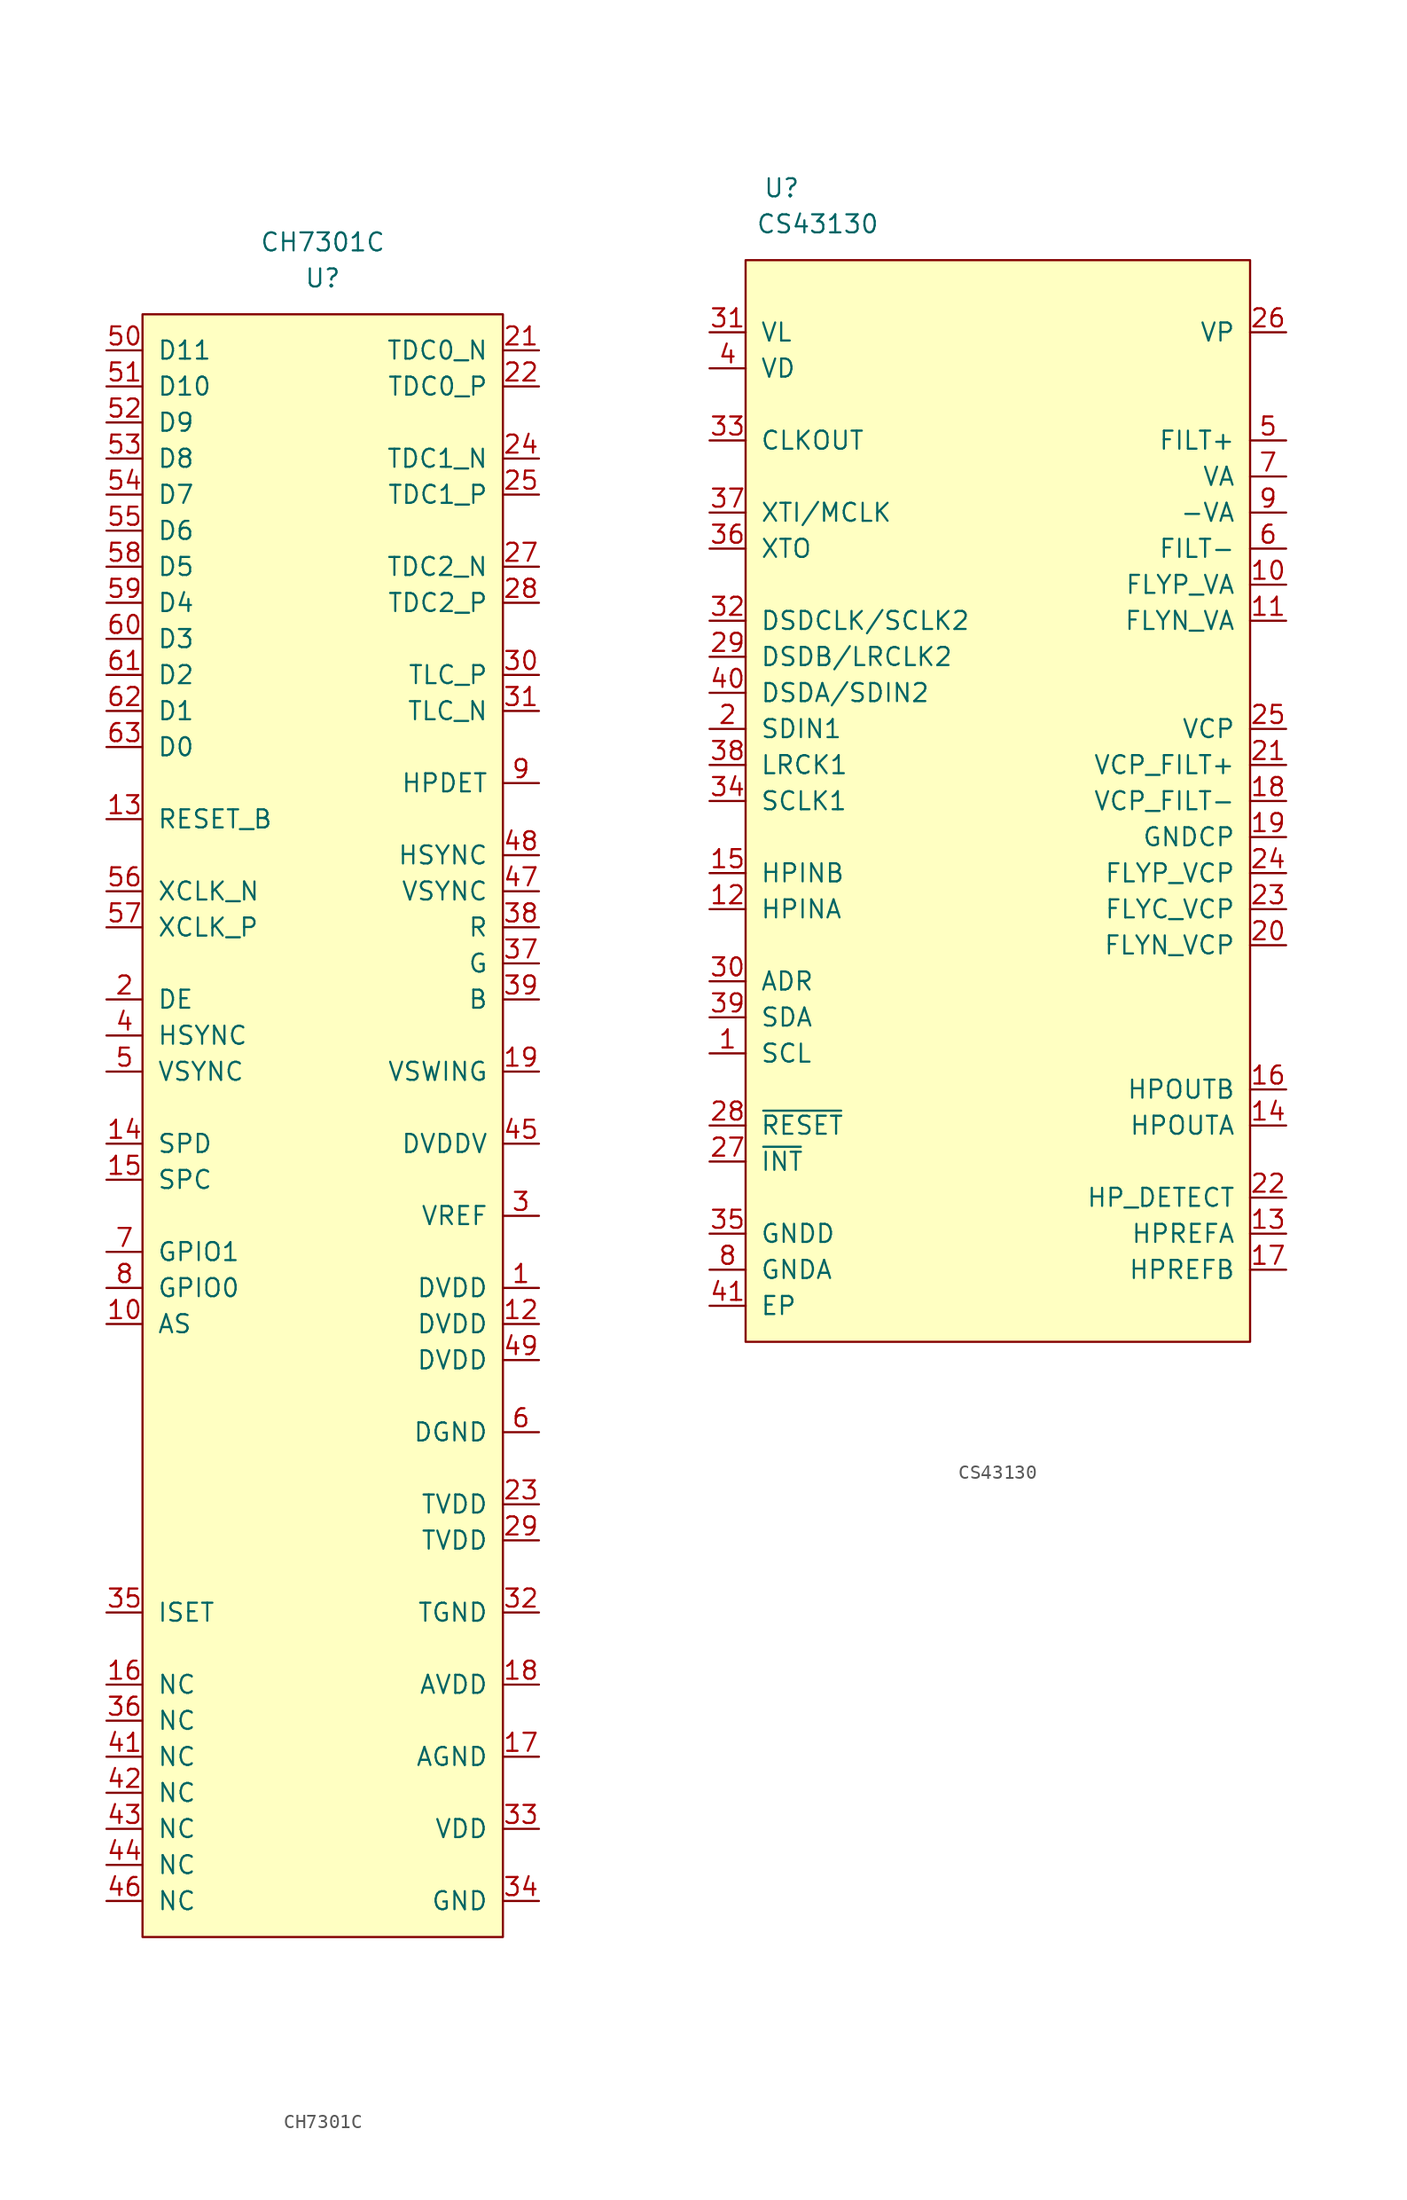
<source format=kicad_sym>
(kicad_symbol_lib
  (version 20231120)
  (generator "kicad_symbol_editor")
  (generator_version "8.0")
  (symbol "CH7301C"
    (pin_names
      (offset 1.016))
    (property "Reference" "U"
      (at 0 0 0)
      (effects (font (size 1.27 1.27))))
    (property "Value" "CH7301C"
      (at 0 2.54 0)
      (effects (font (size 1.27 1.27))))
    (symbol "CH7301C_0_1"
      (rectangle (start -12.7 -2.54) (end 12.7 -116.84) (stroke (width 0) (type default)) (fill (type background))))
    (symbol "CH7301C_1_1"
      (pin power_in line (at 15.24 -71.12 180) (length 2.54) (name "DVDD" (effects (font (size 1.27 1.27)))) (number "1" (effects (font (size 1.27 1.27)))))
      (pin bidirectional line (at -15.24 -73.66 0) (length 2.54) (name "AS" (effects (font (size 1.27 1.27)))) (number "10" (effects (font (size 1.27 1.27)))))
      (pin power_in line (at 15.24 -81.28 180) (length 2.54) hide (name "DGND" (effects (font (size 1.27 1.27)))) (number "11" (effects (font (size 1.27 1.27)))))
      (pin power_in line (at 15.24 -73.66 180) (length 2.54) (name "DVDD" (effects (font (size 1.27 1.27)))) (number "12" (effects (font (size 1.27 1.27)))))
      (pin input line (at -15.24 -38.1 0) (length 2.54) (name "RESET_B" (effects (font (size 1.27 1.27)))) (number "13" (effects (font (size 1.27 1.27)))))
      (pin bidirectional line (at -15.24 -60.96 0) (length 2.54) (name "SPD" (effects (font (size 1.27 1.27)))) (number "14" (effects (font (size 1.27 1.27)))))
      (pin bidirectional line (at -15.24 -63.5 0) (length 2.54) (name "SPC" (effects (font (size 1.27 1.27)))) (number "15" (effects (font (size 1.27 1.27)))))
      (pin unspecified line (at -15.24 -99.06 0) (length 2.54) (name "NC" (effects (font (size 1.27 1.27)))) (number "16" (effects (font (size 1.27 1.27)))))
      (pin power_in line (at 15.24 -104.14 180) (length 2.54) (name "AGND" (effects (font (size 1.27 1.27)))) (number "17" (effects (font (size 1.27 1.27)))))
      (pin power_in line (at 15.24 -99.06 180) (length 2.54) (name "AVDD" (effects (font (size 1.27 1.27)))) (number "18" (effects (font (size 1.27 1.27)))))
      (pin input line (at 15.24 -55.88 180) (length 2.54) (name "VSWING" (effects (font (size 1.27 1.27)))) (number "19" (effects (font (size 1.27 1.27)))))
      (pin input line (at -15.24 -50.8 0) (length 2.54) (name "DE" (effects (font (size 1.27 1.27)))) (number "2" (effects (font (size 1.27 1.27)))))
      (pin output line (at 15.24 -5.08 180) (length 2.54) (name "TDC0_N" (effects (font (size 1.27 1.27)))) (number "21" (effects (font (size 1.27 1.27)))))
      (pin output line (at 15.24 -7.62 180) (length 2.54) (name "TDC0_P" (effects (font (size 1.27 1.27)))) (number "22" (effects (font (size 1.27 1.27)))))
      (pin power_in line (at 15.24 -86.36 180) (length 2.54) (name "TVDD" (effects (font (size 1.27 1.27)))) (number "23" (effects (font (size 1.27 1.27)))))
      (pin output line (at 15.24 -12.7 180) (length 2.54) (name "TDC1_N" (effects (font (size 1.27 1.27)))) (number "24" (effects (font (size 1.27 1.27)))))
      (pin output line (at 15.24 -15.24 180) (length 2.54) (name "TDC1_P" (effects (font (size 1.27 1.27)))) (number "25" (effects (font (size 1.27 1.27)))))
      (pin power_in line (at 15.24 -93.98 180) (length 2.54) hide (name "TGND" (effects (font (size 1.27 1.27)))) (number "26" (effects (font (size 1.27 1.27)))))
      (pin output line (at 15.24 -20.32 180) (length 2.54) (name "TDC2_N" (effects (font (size 1.27 1.27)))) (number "27" (effects (font (size 1.27 1.27)))))
      (pin output line (at 15.24 -22.86 180) (length 2.54) (name "TDC2_P" (effects (font (size 1.27 1.27)))) (number "28" (effects (font (size 1.27 1.27)))))
      (pin power_in line (at 15.24 -88.9 180) (length 2.54) (name "TVDD" (effects (font (size 1.27 1.27)))) (number "29" (effects (font (size 1.27 1.27)))))
      (pin power_in line (at 15.24 -66.04 180) (length 2.54) (name "VREF" (effects (font (size 1.27 1.27)))) (number "3" (effects (font (size 1.27 1.27)))))
      (pin output line (at 15.24 -27.94 180) (length 2.54) (name "TLC_P" (effects (font (size 1.27 1.27)))) (number "30" (effects (font (size 1.27 1.27)))))
      (pin output line (at 15.24 -30.48 180) (length 2.54) (name "TLC_N" (effects (font (size 1.27 1.27)))) (number "31" (effects (font (size 1.27 1.27)))))
      (pin power_in line (at 15.24 -93.98 180) (length 2.54) (name "TGND" (effects (font (size 1.27 1.27)))) (number "32" (effects (font (size 1.27 1.27)))))
      (pin power_in line (at 15.24 -93.98 180) (length 2.54) hide (name "TGND" (effects (font (size 1.27 1.27)))) (number "32" (effects (font (size 1.27 1.27)))))
      (pin power_in line (at 15.24 -109.22 180) (length 2.54) (name "VDD" (effects (font (size 1.27 1.27)))) (number "33" (effects (font (size 1.27 1.27)))))
      (pin power_in line (at 15.24 -114.3 180) (length 2.54) (name "GND" (effects (font (size 1.27 1.27)))) (number "34" (effects (font (size 1.27 1.27)))))
      (pin unspecified line (at -15.24 -93.98 0) (length 2.54) (name "ISET" (effects (font (size 1.27 1.27)))) (number "35" (effects (font (size 1.27 1.27)))))
      (pin unspecified line (at -15.24 -101.6 0) (length 2.54) (name "NC" (effects (font (size 1.27 1.27)))) (number "36" (effects (font (size 1.27 1.27)))))
      (pin output line (at 15.24 -48.26 180) (length 2.54) (name "G" (effects (font (size 1.27 1.27)))) (number "37" (effects (font (size 1.27 1.27)))))
      (pin output line (at 15.24 -45.72 180) (length 2.54) (name "R" (effects (font (size 1.27 1.27)))) (number "38" (effects (font (size 1.27 1.27)))))
      (pin output line (at 15.24 -50.8 180) (length 2.54) (name "B" (effects (font (size 1.27 1.27)))) (number "39" (effects (font (size 1.27 1.27)))))
      (pin input line (at -15.24 -53.34 0) (length 2.54) (name "HSYNC" (effects (font (size 1.27 1.27)))) (number "4" (effects (font (size 1.27 1.27)))))
      (pin power_in line (at 15.24 -114.3 180) (length 2.54) hide (name "GND" (effects (font (size 1.27 1.27)))) (number "40" (effects (font (size 1.27 1.27)))))
      (pin unspecified line (at -15.24 -104.14 0) (length 2.54) (name "NC" (effects (font (size 1.27 1.27)))) (number "41" (effects (font (size 1.27 1.27)))))
      (pin unspecified line (at -15.24 -106.68 0) (length 2.54) (name "NC" (effects (font (size 1.27 1.27)))) (number "42" (effects (font (size 1.27 1.27)))))
      (pin unspecified line (at -15.24 -109.22 0) (length 2.54) (name "NC" (effects (font (size 1.27 1.27)))) (number "43" (effects (font (size 1.27 1.27)))))
      (pin unspecified line (at -15.24 -111.76 0) (length 2.54) (name "NC" (effects (font (size 1.27 1.27)))) (number "44" (effects (font (size 1.27 1.27)))))
      (pin power_in line (at 15.24 -60.96 180) (length 2.54) (name "DVDDV" (effects (font (size 1.27 1.27)))) (number "45" (effects (font (size 1.27 1.27)))))
      (pin unspecified line (at -15.24 -114.3 0) (length 2.54) (name "NC" (effects (font (size 1.27 1.27)))) (number "46" (effects (font (size 1.27 1.27)))))
      (pin output line (at 15.24 -43.18 180) (length 2.54) (name "VSYNC" (effects (font (size 1.27 1.27)))) (number "47" (effects (font (size 1.27 1.27)))))
      (pin output line (at 15.24 -40.64 180) (length 2.54) (name "HSYNC" (effects (font (size 1.27 1.27)))) (number "48" (effects (font (size 1.27 1.27)))))
      (pin power_in line (at 15.24 -76.2 180) (length 2.54) (name "DVDD" (effects (font (size 1.27 1.27)))) (number "49" (effects (font (size 1.27 1.27)))))
      (pin input line (at -15.24 -55.88 0) (length 2.54) (name "VSYNC" (effects (font (size 1.27 1.27)))) (number "5" (effects (font (size 1.27 1.27)))))
      (pin input line (at -15.24 -5.08 0) (length 2.54) (name "D11" (effects (font (size 1.27 1.27)))) (number "50" (effects (font (size 1.27 1.27)))))
      (pin input line (at -15.24 -7.62 0) (length 2.54) (name "D10" (effects (font (size 1.27 1.27)))) (number "51" (effects (font (size 1.27 1.27)))))
      (pin input line (at -15.24 -10.16 0) (length 2.54) (name "D9" (effects (font (size 1.27 1.27)))) (number "52" (effects (font (size 1.27 1.27)))))
      (pin input line (at -15.24 -12.7 0) (length 2.54) (name "D8" (effects (font (size 1.27 1.27)))) (number "53" (effects (font (size 1.27 1.27)))))
      (pin input line (at -15.24 -15.24 0) (length 2.54) (name "D7" (effects (font (size 1.27 1.27)))) (number "54" (effects (font (size 1.27 1.27)))))
      (pin input line (at -15.24 -17.78 0) (length 2.54) (name "D6" (effects (font (size 1.27 1.27)))) (number "55" (effects (font (size 1.27 1.27)))))
      (pin input line (at -15.24 -43.18 0) (length 2.54) (name "XCLK_N" (effects (font (size 1.27 1.27)))) (number "56" (effects (font (size 1.27 1.27)))))
      (pin input line (at -15.24 -45.72 0) (length 2.54) (name "XCLK_P" (effects (font (size 1.27 1.27)))) (number "57" (effects (font (size 1.27 1.27)))))
      (pin input line (at -15.24 -20.32 0) (length 2.54) (name "D5" (effects (font (size 1.27 1.27)))) (number "58" (effects (font (size 1.27 1.27)))))
      (pin input line (at -15.24 -22.86 0) (length 2.54) (name "D4" (effects (font (size 1.27 1.27)))) (number "59" (effects (font (size 1.27 1.27)))))
      (pin power_in line (at 15.24 -81.28 180) (length 2.54) (name "DGND" (effects (font (size 1.27 1.27)))) (number "6" (effects (font (size 1.27 1.27)))))
      (pin input line (at -15.24 -25.4 0) (length 2.54) (name "D3" (effects (font (size 1.27 1.27)))) (number "60" (effects (font (size 1.27 1.27)))))
      (pin input line (at -15.24 -27.94 0) (length 2.54) (name "D2" (effects (font (size 1.27 1.27)))) (number "61" (effects (font (size 1.27 1.27)))))
      (pin input line (at -15.24 -30.48 0) (length 2.54) (name "D1" (effects (font (size 1.27 1.27)))) (number "62" (effects (font (size 1.27 1.27)))))
      (pin input line (at -15.24 -33.02 0) (length 2.54) (name "D0" (effects (font (size 1.27 1.27)))) (number "63" (effects (font (size 1.27 1.27)))))
      (pin power_in line (at 15.24 -81.28 180) (length 2.54) hide (name "DGND" (effects (font (size 1.27 1.27)))) (number "64" (effects (font (size 1.27 1.27)))))
      (pin bidirectional line (at -15.24 -68.58 0) (length 2.54) (name "GPIO1" (effects (font (size 1.27 1.27)))) (number "7" (effects (font (size 1.27 1.27)))))
      (pin bidirectional line (at -15.24 -71.12 0) (length 2.54) (name "GPIO0" (effects (font (size 1.27 1.27)))) (number "8" (effects (font (size 1.27 1.27)))))
      (pin output line (at 15.24 -35.56 180) (length 2.54) (name "HPDET" (effects (font (size 1.27 1.27)))) (number "9" (effects (font (size 1.27 1.27)))))))
  (symbol "CS43130"
    (pin_names
      (offset 1.016))
    (property "Reference" "U"
      (at -15.24 40.64 0)
      (effects (font (size 1.27 1.27))))
    (property "Value" "CS43130"
      (at -12.7 38.1 0)
      (effects (font (size 1.27 1.27))))
    (symbol "CS43130_0_1"
      (rectangle (start -17.78 35.56) (end 17.78 -40.64) (stroke (width 0) (type default)) (fill (type background))))
    (symbol "CS43130_1_1"
      (pin input line (at -20.32 -20.32 0) (length 2.54) (name "SCL" (effects (font (size 1.27 1.27)))) (number "1" (effects (font (size 1.27 1.27)))))
      (pin power_out line (at 20.32 12.7 180) (length 2.54) (name "FLYP_VA" (effects (font (size 1.27 1.27)))) (number "10" (effects (font (size 1.27 1.27)))))
      (pin power_out line (at 20.32 10.16 180) (length 2.54) (name "FLYN_VA" (effects (font (size 1.27 1.27)))) (number "11" (effects (font (size 1.27 1.27)))))
      (pin input line (at -20.32 -10.16 0) (length 2.54) (name "HPINA" (effects (font (size 1.27 1.27)))) (number "12" (effects (font (size 1.27 1.27)))))
      (pin input line (at 20.32 -33.02 180) (length 2.54) (name "HPREFA" (effects (font (size 1.27 1.27)))) (number "13" (effects (font (size 1.27 1.27)))))
      (pin power_out line (at 20.32 -25.4 180) (length 2.54) (name "HPOUTA" (effects (font (size 1.27 1.27)))) (number "14" (effects (font (size 1.27 1.27)))))
      (pin input line (at -20.32 -7.62 0) (length 2.54) (name "HPINB" (effects (font (size 1.27 1.27)))) (number "15" (effects (font (size 1.27 1.27)))))
      (pin power_out line (at 20.32 -22.86 180) (length 2.54) (name "HPOUTB" (effects (font (size 1.27 1.27)))) (number "16" (effects (font (size 1.27 1.27)))))
      (pin input line (at 20.32 -35.56 180) (length 2.54) (name "HPREFB" (effects (font (size 1.27 1.27)))) (number "17" (effects (font (size 1.27 1.27)))))
      (pin power_out line (at 20.32 -2.54 180) (length 2.54) (name "VCP_FILT-" (effects (font (size 1.27 1.27)))) (number "18" (effects (font (size 1.27 1.27)))))
      (pin power_out line (at 20.32 -5.08 180) (length 2.54) (name "GNDCP" (effects (font (size 1.27 1.27)))) (number "19" (effects (font (size 1.27 1.27)))))
      (pin input line (at -20.32 2.54 0) (length 2.54) (name "SDIN1" (effects (font (size 1.27 1.27)))) (number "2" (effects (font (size 1.27 1.27)))))
      (pin power_out line (at 20.32 -12.7 180) (length 2.54) (name "FLYN_VCP" (effects (font (size 1.27 1.27)))) (number "20" (effects (font (size 1.27 1.27)))))
      (pin power_out line (at 20.32 0 180) (length 2.54) (name "VCP_FILT+" (effects (font (size 1.27 1.27)))) (number "21" (effects (font (size 1.27 1.27)))))
      (pin input line (at 20.32 -30.48 180) (length 2.54) (name "HP_DETECT" (effects (font (size 1.27 1.27)))) (number "22" (effects (font (size 1.27 1.27)))))
      (pin power_out line (at 20.32 -10.16 180) (length 2.54) (name "FLYC_VCP" (effects (font (size 1.27 1.27)))) (number "23" (effects (font (size 1.27 1.27)))))
      (pin power_out line (at 20.32 -7.62 180) (length 2.54) (name "FLYP_VCP" (effects (font (size 1.27 1.27)))) (number "24" (effects (font (size 1.27 1.27)))))
      (pin power_out line (at 20.32 2.54 180) (length 2.54) (name "VCP" (effects (font (size 1.27 1.27)))) (number "25" (effects (font (size 1.27 1.27)))))
      (pin power_in line (at 20.32 30.48 180) (length 2.54) (name "VP" (effects (font (size 1.27 1.27)))) (number "26" (effects (font (size 1.27 1.27)))))
      (pin output line (at -20.32 -27.94 0) (length 2.54) (name "~{INT}" (effects (font (size 1.27 1.27)))) (number "27" (effects (font (size 1.27 1.27)))))
      (pin input line (at -20.32 -25.4 0) (length 2.54) (name "~{RESET}" (effects (font (size 1.27 1.27)))) (number "28" (effects (font (size 1.27 1.27)))))
      (pin bidirectional line (at -20.32 7.62 0) (length 2.54) (name "DSDB/LRCLK2" (effects (font (size 1.27 1.27)))) (number "29" (effects (font (size 1.27 1.27)))))
      (pin input line (at -20.32 -15.24 0) (length 2.54) (name "ADR" (effects (font (size 1.27 1.27)))) (number "30" (effects (font (size 1.27 1.27)))))
      (pin power_in line (at -20.32 30.48 0) (length 2.54) (name "VL" (effects (font (size 1.27 1.27)))) (number "31" (effects (font (size 1.27 1.27)))))
      (pin bidirectional line (at -20.32 10.16 0) (length 2.54) (name "DSDCLK/SCLK2" (effects (font (size 1.27 1.27)))) (number "32" (effects (font (size 1.27 1.27)))))
      (pin output line (at -20.32 22.86 0) (length 2.54) (name "CLKOUT" (effects (font (size 1.27 1.27)))) (number "33" (effects (font (size 1.27 1.27)))))
      (pin bidirectional line (at -20.32 -2.54 0) (length 2.54) (name "SCLK1" (effects (font (size 1.27 1.27)))) (number "34" (effects (font (size 1.27 1.27)))))
      (pin power_in line (at -20.32 -33.02 0) (length 2.54) (name "GNDD" (effects (font (size 1.27 1.27)))) (number "35" (effects (font (size 1.27 1.27)))))
      (pin input line (at -20.32 15.24 0) (length 2.54) (name "XTO" (effects (font (size 1.27 1.27)))) (number "36" (effects (font (size 1.27 1.27)))))
      (pin input line (at -20.32 17.78 0) (length 2.54) (name "XTI/MCLK" (effects (font (size 1.27 1.27)))) (number "37" (effects (font (size 1.27 1.27)))))
      (pin bidirectional line (at -20.32 0 0) (length 2.54) (name "LRCK1" (effects (font (size 1.27 1.27)))) (number "38" (effects (font (size 1.27 1.27)))))
      (pin bidirectional line (at -20.32 -17.78 0) (length 2.54) (name "SDA" (effects (font (size 1.27 1.27)))) (number "39" (effects (font (size 1.27 1.27)))))
      (pin power_in line (at -20.32 27.94 0) (length 2.54) (name "VD" (effects (font (size 1.27 1.27)))) (number "4" (effects (font (size 1.27 1.27)))))
      (pin input line (at -20.32 5.08 0) (length 2.54) (name "DSDA/SDIN2" (effects (font (size 1.27 1.27)))) (number "40" (effects (font (size 1.27 1.27)))))
      (pin power_in line (at -20.32 -38.1 0) (length 2.54) (name "EP" (effects (font (size 1.27 1.27)))) (number "41" (effects (font (size 1.27 1.27)))))
      (pin power_out line (at 20.32 22.86 180) (length 2.54) (name "FILT+" (effects (font (size 1.27 1.27)))) (number "5" (effects (font (size 1.27 1.27)))))
      (pin power_out line (at 20.32 15.24 180) (length 2.54) (name "FILT-" (effects (font (size 1.27 1.27)))) (number "6" (effects (font (size 1.27 1.27)))))
      (pin power_out line (at 20.32 20.32 180) (length 2.54) (name "VA" (effects (font (size 1.27 1.27)))) (number "7" (effects (font (size 1.27 1.27)))))
      (pin power_in line (at -20.32 -35.56 0) (length 2.54) (name "GNDA" (effects (font (size 1.27 1.27)))) (number "8" (effects (font (size 1.27 1.27)))))
      (pin power_out line (at 20.32 17.78 180) (length 2.54) (name "-VA" (effects (font (size 1.27 1.27)))) (number "9" (effects (font (size 1.27 1.27))))))))
</source>
